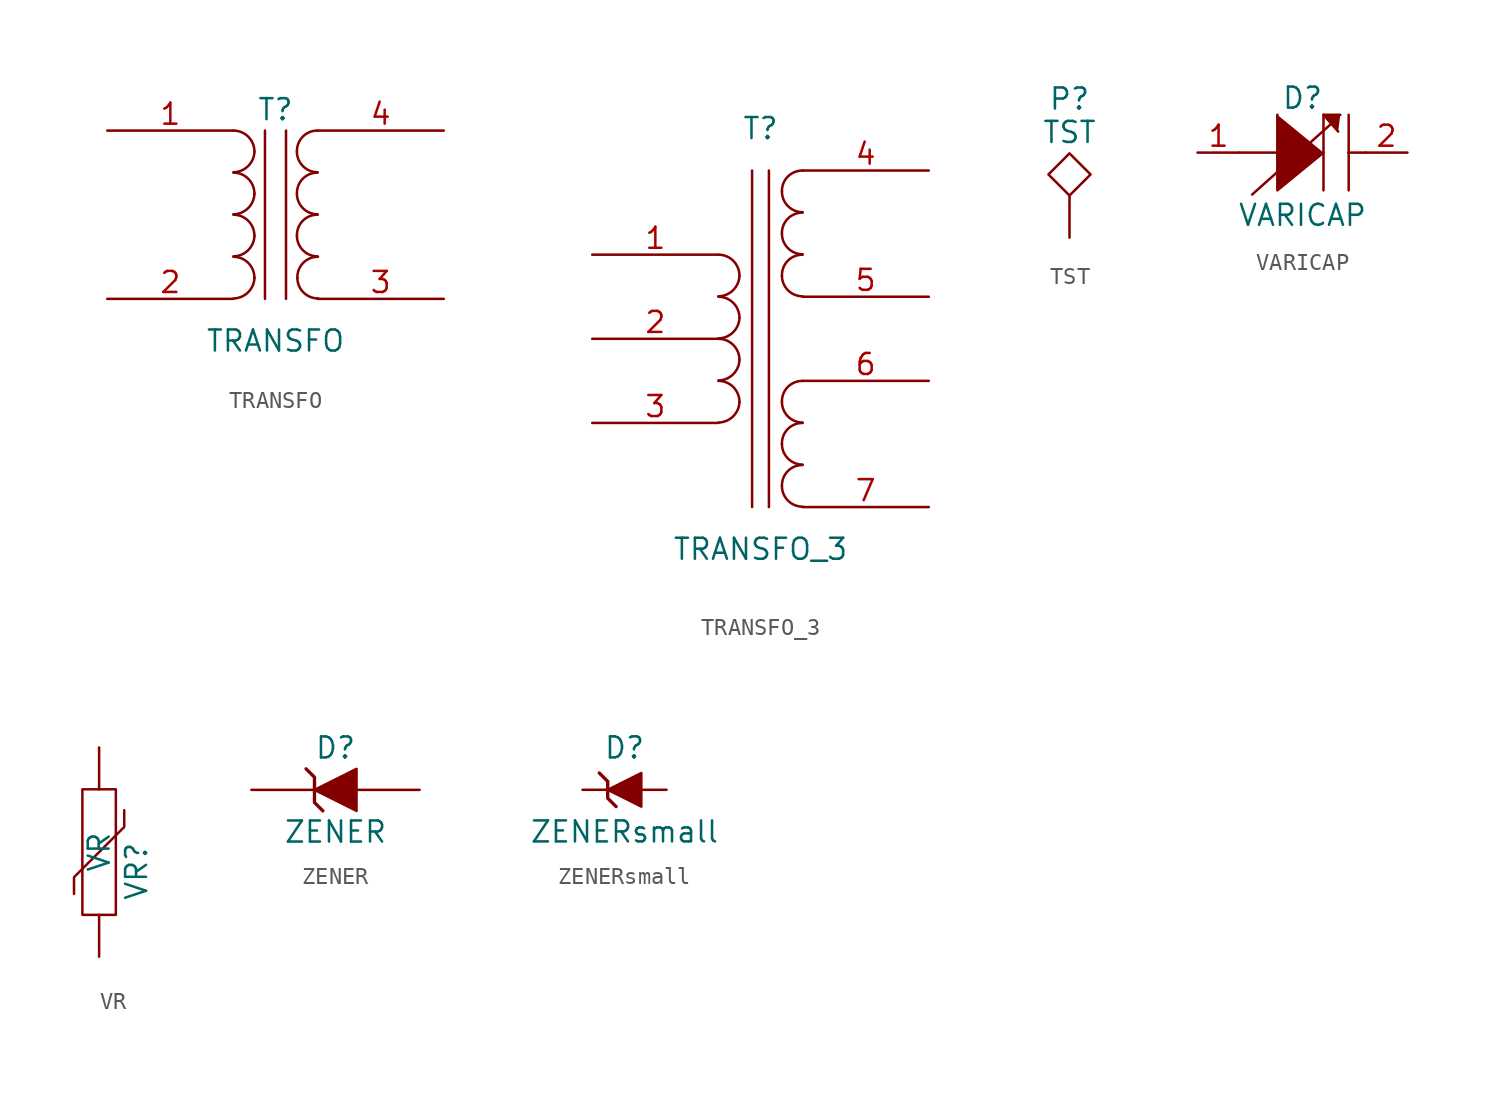
<source format=kicad_sym>
(kicad_symbol_lib
  (version 20211014)
  (generator kicad_symbol_editor)
  (symbol "TRANSFO"
    (pin_names
      (offset 1.016) hide)
    (property "Reference" "T"
      (at 0 6.35 0)
      (effects (font (size 1.27 1.27))))
    (property "Value" "TRANSFO"
      (at 0 -7.62 0)
      (effects (font (size 1.27 1.27))))
    (property "Footprint" ""
      (at 0 0 0)
      (effects (font (size 1.27 1.27))))
    (property "Datasheet" ""
      (at 0 0 0)
      (effects (font (size 1.27 1.27))))
    (symbol "TRANSFO_0_1"
      (arc (start -2.54 -5.0546) (mid -1.6599 -4.6901) (end -1.27 -3.81) (stroke (width 0) (type default) (color 0 0 0 0)) (fill (type none)))
      (arc (start -2.54 -2.5146) (mid -1.6599 -2.1501) (end -1.27 -1.27) (stroke (width 0) (type default) (color 0 0 0 0)) (fill (type none)))
      (arc (start -2.54 0.0254) (mid -1.6599 0.3899) (end -1.27 1.27) (stroke (width 0) (type default) (color 0 0 0 0)) (fill (type none)))
      (arc (start -2.54 2.5654) (mid -1.6599 2.9299) (end -1.27 3.81) (stroke (width 0) (type default) (color 0 0 0 0)) (fill (type none)))
      (arc (start -1.27 -3.81) (mid -1.642 -2.912) (end -2.54 -2.54) (stroke (width 0) (type default) (color 0 0 0 0)) (fill (type none)))
      (arc (start -1.27 -1.27) (mid -1.642 -0.372) (end -2.54 0) (stroke (width 0) (type default) (color 0 0 0 0)) (fill (type none)))
      (arc (start -1.27 1.27) (mid -1.642 2.168) (end -2.54 2.54) (stroke (width 0) (type default) (color 0 0 0 0)) (fill (type none)))
      (arc (start -1.27 3.81) (mid -1.642 4.708) (end -2.54 5.08) (stroke (width 0) (type default) (color 0 0 0 0)) (fill (type none)))
      (polyline (pts (xy -0.635 5.08) (xy -0.635 -5.08)) (stroke (width 0) (type default) (color 0 0 0 0)) (fill (type none)))
      (polyline (pts (xy 0.635 -5.08) (xy 0.635 5.08)) (stroke (width 0) (type default) (color 0 0 0 0)) (fill (type none)))
      (arc (start 1.2954 -1.27) (mid 1.6599 -2.1501) (end 2.54 -2.5146) (stroke (width 0) (type default) (color 0 0 0 0)) (fill (type none)))
      (arc (start 1.2954 1.27) (mid 1.6599 0.3899) (end 2.54 0.0254) (stroke (width 0) (type default) (color 0 0 0 0)) (fill (type none)))
      (arc (start 1.2954 3.81) (mid 1.6599 2.9299) (end 2.54 2.5654) (stroke (width 0) (type default) (color 0 0 0 0)) (fill (type none)))
      (arc (start 1.3208 -3.81) (mid 1.6853 -4.6901) (end 2.5654 -5.0546) (stroke (width 0) (type default) (color 0 0 0 0)) (fill (type none)))
      (arc (start 2.54 0) (mid 1.642 -0.372) (end 1.2954 -1.27) (stroke (width 0) (type default) (color 0 0 0 0)) (fill (type none)))
      (arc (start 2.54 2.54) (mid 1.642 2.168) (end 1.2954 1.27) (stroke (width 0) (type default) (color 0 0 0 0)) (fill (type none)))
      (arc (start 2.54 5.08) (mid 1.642 4.708) (end 1.2954 3.81) (stroke (width 0) (type default) (color 0 0 0 0)) (fill (type none)))
      (arc (start 2.5654 -2.54) (mid 1.6674 -2.912) (end 1.3208 -3.81) (stroke (width 0) (type default) (color 0 0 0 0)) (fill (type none))))
    (symbol "TRANSFO_1_1"
      (pin passive line (at -10.16 5.08 0) (length 7.62) (name "AA" (effects (font (size 1.27 1.27)))) (number "1" (effects (font (size 1.27 1.27)))))
      (pin passive line (at -10.16 -5.08 0) (length 7.62) (name "AB" (effects (font (size 1.27 1.27)))) (number "2" (effects (font (size 1.27 1.27)))))
      (pin passive line (at 10.16 -5.08 180) (length 7.62) (name "SA" (effects (font (size 1.27 1.27)))) (number "3" (effects (font (size 1.27 1.27)))))
      (pin passive line (at 10.16 5.08 180) (length 7.62) (name "SB" (effects (font (size 1.27 1.27)))) (number "4" (effects (font (size 1.27 1.27)))))))
  (symbol "TRANSFO_3"
    (pin_names
      (offset 1.016) hide)
    (property "Reference" "T"
      (at 0 12.7 0)
      (effects (font (size 1.27 1.27))))
    (property "Value" "TRANSFO_3"
      (at 0 -12.7 0)
      (effects (font (size 1.27 1.27))))
    (property "Footprint" ""
      (at 0 0 0)
      (effects (font (size 1.27 1.27))))
    (property "Datasheet" ""
      (at 0 0 0)
      (effects (font (size 1.27 1.27))))
    (symbol "TRANSFO_3_0_1"
      (arc (start -2.54 -5.0546) (mid -1.6599 -4.6901) (end -1.27 -3.81) (stroke (width 0) (type default) (color 0 0 0 0)) (fill (type none)))
      (arc (start -2.54 -2.5146) (mid -1.6599 -2.1501) (end -1.27 -1.27) (stroke (width 0) (type default) (color 0 0 0 0)) (fill (type none)))
      (arc (start -2.54 0.0254) (mid -1.6599 0.3899) (end -1.27 1.27) (stroke (width 0) (type default) (color 0 0 0 0)) (fill (type none)))
      (arc (start -2.54 2.5654) (mid -1.6599 2.9299) (end -1.27 3.81) (stroke (width 0) (type default) (color 0 0 0 0)) (fill (type none)))
      (arc (start -1.27 -3.81) (mid -1.642 -2.912) (end -2.54 -2.54) (stroke (width 0) (type default) (color 0 0 0 0)) (fill (type none)))
      (arc (start -1.27 -1.27) (mid -1.642 -0.372) (end -2.54 0) (stroke (width 0) (type default) (color 0 0 0 0)) (fill (type none)))
      (arc (start -1.27 1.27) (mid -1.642 2.168) (end -2.54 2.54) (stroke (width 0) (type default) (color 0 0 0 0)) (fill (type none)))
      (arc (start -1.27 3.81) (mid -1.642 4.708) (end -2.54 5.08) (stroke (width 0) (type default) (color 0 0 0 0)) (fill (type none)))
      (polyline (pts (xy -0.508 -10.16) (xy -0.508 10.16)) (stroke (width 0) (type default) (color 0 0 0 0)) (fill (type none)))
      (polyline (pts (xy 0.508 10.16) (xy 0.508 -10.16)) (stroke (width 0) (type default) (color 0 0 0 0)) (fill (type none)))
      (arc (start 1.2954 -8.89) (mid 1.6599 -9.7701) (end 2.54 -10.1346) (stroke (width 0) (type default) (color 0 0 0 0)) (fill (type none)))
      (arc (start 1.2954 -6.35) (mid 1.6599 -7.2301) (end 2.54 -7.5946) (stroke (width 0) (type default) (color 0 0 0 0)) (fill (type none)))
      (arc (start 1.2954 -3.81) (mid 1.6599 -4.6901) (end 2.54 -5.0546) (stroke (width 0) (type default) (color 0 0 0 0)) (fill (type none)))
      (arc (start 1.2954 3.81) (mid 1.6599 2.9299) (end 2.54 2.5654) (stroke (width 0) (type default) (color 0 0 0 0)) (fill (type none)))
      (arc (start 1.2954 6.35) (mid 1.6599 5.4699) (end 2.54 5.1054) (stroke (width 0) (type default) (color 0 0 0 0)) (fill (type none)))
      (arc (start 1.2954 8.89) (mid 1.6599 8.0099) (end 2.54 7.6454) (stroke (width 0) (type default) (color 0 0 0 0)) (fill (type none)))
      (arc (start 2.54 -7.62) (mid 1.642 -7.992) (end 1.2954 -8.89) (stroke (width 0) (type default) (color 0 0 0 0)) (fill (type none)))
      (arc (start 2.54 -5.08) (mid 1.642 -5.452) (end 1.2954 -6.35) (stroke (width 0) (type default) (color 0 0 0 0)) (fill (type none)))
      (arc (start 2.54 -2.54) (mid 1.642 -2.912) (end 1.2954 -3.81) (stroke (width 0) (type default) (color 0 0 0 0)) (fill (type none)))
      (arc (start 2.54 5.08) (mid 1.642 4.708) (end 1.2954 3.81) (stroke (width 0) (type default) (color 0 0 0 0)) (fill (type none)))
      (arc (start 2.54 7.62) (mid 1.642 7.248) (end 1.2954 6.35) (stroke (width 0) (type default) (color 0 0 0 0)) (fill (type none)))
      (arc (start 2.54 10.16) (mid 1.642 9.788) (end 1.2954 8.89) (stroke (width 0) (type default) (color 0 0 0 0)) (fill (type none))))
    (symbol "TRANSFO_3_1_1"
      (pin passive line (at -10.16 5.08 0) (length 7.62) (name "IN+" (effects (font (size 1.27 1.27)))) (number "1" (effects (font (size 1.27 1.27)))))
      (pin passive line (at -10.16 0 0) (length 7.62) (name "PM" (effects (font (size 1.27 1.27)))) (number "2" (effects (font (size 1.27 1.27)))))
      (pin passive line (at -10.16 -5.08 0) (length 7.62) (name "IN-" (effects (font (size 1.27 1.27)))) (number "3" (effects (font (size 1.27 1.27)))))
      (pin passive line (at 10.16 10.16 180) (length 7.62) (name "OUT1A" (effects (font (size 1.27 1.27)))) (number "4" (effects (font (size 1.27 1.27)))))
      (pin passive line (at 10.16 2.54 180) (length 7.62) (name "OUT1B" (effects (font (size 1.27 1.27)))) (number "5" (effects (font (size 1.27 1.27)))))
      (pin passive line (at 10.16 -2.54 180) (length 7.62) (name "OUT2A" (effects (font (size 1.27 1.27)))) (number "6" (effects (font (size 1.27 1.27)))))
      (pin passive line (at 10.16 -10.16 180) (length 7.62) (name "OUT2B" (effects (font (size 1.27 1.27)))) (number "7" (effects (font (size 1.27 1.27)))))))
  (symbol "TST"
    (pin_numbers hide)
    (pin_names
      (offset 1.016) hide)
    (property "Reference" "P"
      (at 0 7.62 0)
      (effects (font (size 1.27 1.27)) (justify bottom)))
    (property "Value" "TST"
      (at 0 6.35 0)
      (effects (font (size 1.27 1.27))))
    (property "Footprint" ""
      (at 0 0 0)
      (effects (font (size 1.27 1.27))))
    (property "Datasheet" ""
      (at 0 0 0)
      (effects (font (size 1.27 1.27))))
    (symbol "TST_0_1"
      (polyline (pts (xy 0 5.08) (xy -1.27 3.81) (xy 0 2.54) (xy 1.27 3.81) (xy 0 5.08) (xy 0 5.08)) (stroke (width 0) (type default) (color 0 0 0 0)) (fill (type none))))
    (symbol "TST_1_1"
      (pin passive line (at 0 0 90) (length 2.54) (name "~" (effects (font (size 1.016 1.016)))) (number "1" (effects (font (size 1.016 1.016)))))))
  (symbol "VARICAP"
    (pin_names
      (offset 1.016) hide)
    (property "Reference" "D"
      (at 0 3.302 0)
      (effects (font (size 1.27 1.27))))
    (property "Value" "VARICAP"
      (at 0 -3.048 0)
      (effects (font (size 1.27 1.27)) (justify top)))
    (property "Footprint" ""
      (at 0 0 0)
      (effects (font (size 1.27 1.27))))
    (property "Datasheet" ""
      (at 0 0 0)
      (effects (font (size 1.27 1.27))))
    (symbol "VARICAP_0_1"
      (polyline (pts (xy -3.81 0) (xy -1.549 0)) (stroke (width 0) (type default) (color 0 0 0 0)) (fill (type none)))
      (polyline (pts (xy -3.048 -2.54) (xy 1.778 1.778)) (stroke (width 0) (type default) (color 0 0 0 0)) (fill (type none)))
      (polyline (pts (xy 1.27 -2.286) (xy 1.27 2.286)) (stroke (width 0) (type default) (color 0 0 0 0)) (fill (type none)))
      (polyline (pts (xy 2.769 0) (xy 3.81 0)) (stroke (width 0) (type default) (color 0 0 0 0)) (fill (type none)))
      (polyline (pts (xy 2.794 -2.286) (xy 2.794 2.286)) (stroke (width 0) (type default) (color 0 0 0 0)) (fill (type none)))
      (polyline (pts (xy -1.524 2.286) (xy -1.524 -2.286) (xy 1.27 0)) (stroke (width 0) (type default) (color 0 0 0 0)) (fill (type outline)))
      (polyline (pts (xy 2.286 2.286) (xy 1.27 2.286) (xy 2.159 1.27)) (stroke (width 0) (type default) (color 0 0 0 0)) (fill (type outline))))
    (symbol "VARICAP_1_1"
      (pin passive line (at -6.35 0 0) (length 2.54) (name "ANODE" (effects (font (size 1.27 1.27)))) (number "1" (effects (font (size 1.27 1.27)))))
      (pin passive line (at 6.35 0 180) (length 2.54) (name "CATHODE" (effects (font (size 1.27 1.27)))) (number "2" (effects (font (size 1.27 1.27)))))))
  (symbol "VR"
    (pin_numbers hide)
    (pin_names
      (offset 0))
    (property "Reference" "VR"
      (at 1.524 -1.168 90)
      (effects (font (size 1.27 1.27)) (justify top)))
    (property "Value" "VR"
      (at 0 0 90)
      (effects (font (size 1.27 1.27))))
    (property "Footprint" ""
      (at 0 0 0)
      (effects (font (size 1.27 1.27))))
    (property "Datasheet" ""
      (at 0 0 0)
      (effects (font (size 1.27 1.27))))
    (symbol "VR_0_1"
      (rectangle (start -1.016 3.81) (end 1.016 -3.81) (stroke (width 0) (type default) (color 0 0 0 0)) (fill (type none)))
      (polyline (pts (xy -1.524 -2.54) (xy -1.524 -1.524) (xy 1.524 1.524) (xy 1.524 2.54) (xy 1.524 2.54)) (stroke (width 0) (type default) (color 0 0 0 0)) (fill (type none))))
    (symbol "VR_1_1"
      (pin passive line (at 0 6.35 270) (length 2.54) (name "~" (effects (font (size 1.27 1.27)))) (number "1" (effects (font (size 1.27 1.27)))))
      (pin passive line (at 0 -6.35 90) (length 2.54) (name "~" (effects (font (size 1.27 1.27)))) (number "2" (effects (font (size 1.27 1.27)))))))
  (symbol "ZENER"
    (pin_numbers hide)
    (pin_names
      (offset 1.016) hide)
    (property "Reference" "D"
      (at 0 2.54 0)
      (effects (font (size 1.27 1.27))))
    (property "Value" "ZENER"
      (at 0 -2.54 0)
      (effects (font (size 1.27 1.27))))
    (property "Footprint" ""
      (at 0 0 0)
      (effects (font (size 1.27 1.27))))
    (property "Datasheet" ""
      (at 0 0 0)
      (effects (font (size 1.27 1.27))))
    (symbol "ZENER_0_1"
      (polyline (pts (xy -1.778 1.27) (xy -1.27 0.762) (xy -1.27 -0.762) (xy -0.762 -1.27) (xy -0.762 -1.27)) (stroke (width 0.203) (type default) (color 0 0 0 0)) (fill (type none)))
      (polyline (pts (xy -1.27 0) (xy 1.27 1.27) (xy 1.27 -1.27) (xy -1.27 0) (xy -1.27 0)) (stroke (width 0) (type default) (color 0 0 0 0)) (fill (type outline))))
    (symbol "ZENER_1_1"
      (pin passive line (at -5.08 0 0) (length 3.81) (name "K" (effects (font (size 1.27 1.27)))) (number "1" (effects (font (size 1.27 1.27)))))
      (pin passive line (at 5.08 0 180) (length 3.81) (name "A" (effects (font (size 1.27 1.27)))) (number "2" (effects (font (size 1.27 1.27)))))))
  (symbol "ZENERsmall"
    (pin_numbers hide)
    (pin_names
      (offset 1.016) hide)
    (property "Reference" "D"
      (at 0 2.54 0)
      (effects (font (size 1.27 1.27))))
    (property "Value" "ZENERsmall"
      (at 0 -2.54 0)
      (effects (font (size 1.27 1.27))))
    (property "Footprint" ""
      (at 0 0 0)
      (effects (font (size 1.27 1.27))))
    (property "Datasheet" ""
      (at 0 0 0)
      (effects (font (size 1.27 1.27))))
    (symbol "ZENERsmall_0_1"
      (polyline (pts (xy -1.524 1.016) (xy -1.016 0.508) (xy -1.016 -0.508) (xy -0.508 -1.016)) (stroke (width 0.203) (type default) (color 0 0 0 0)) (fill (type none)))
      (polyline (pts (xy 1.016 1.016) (xy -1.016 0) (xy 1.016 -1.016) (xy 1.016 1.016)) (stroke (width 0) (type default) (color 0 0 0 0)) (fill (type outline))))
    (symbol "ZENERsmall_1_1"
      (pin passive line (at -2.54 0 0) (length 1.524) (name "K" (effects (font (size 1.016 1.016)))) (number "1" (effects (font (size 1.016 1.016)))))
      (pin passive line (at 2.54 0 180) (length 1.524) (name "A" (effects (font (size 1.016 1.016)))) (number "2" (effects (font (size 1.016 1.016))))))))
</source>
